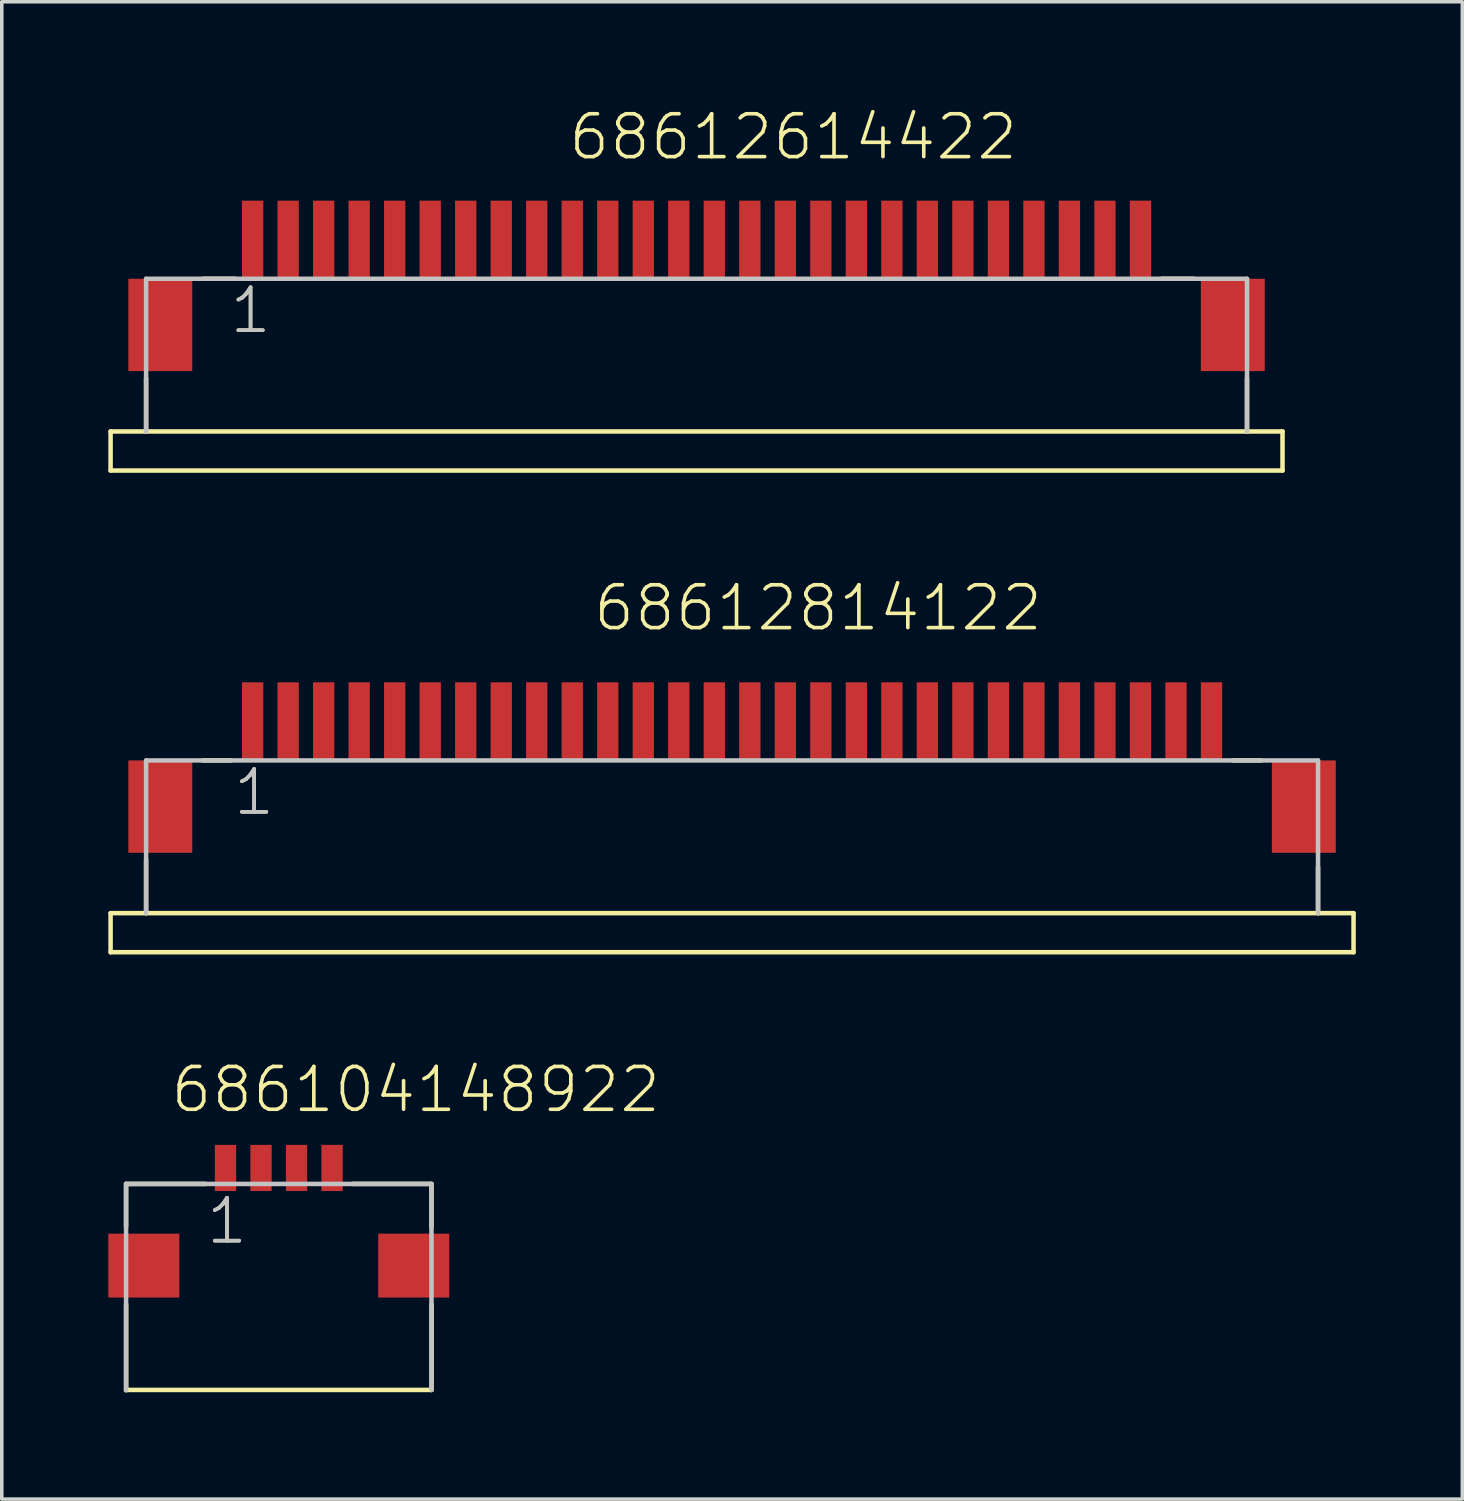
<source format=kicad_pcb>
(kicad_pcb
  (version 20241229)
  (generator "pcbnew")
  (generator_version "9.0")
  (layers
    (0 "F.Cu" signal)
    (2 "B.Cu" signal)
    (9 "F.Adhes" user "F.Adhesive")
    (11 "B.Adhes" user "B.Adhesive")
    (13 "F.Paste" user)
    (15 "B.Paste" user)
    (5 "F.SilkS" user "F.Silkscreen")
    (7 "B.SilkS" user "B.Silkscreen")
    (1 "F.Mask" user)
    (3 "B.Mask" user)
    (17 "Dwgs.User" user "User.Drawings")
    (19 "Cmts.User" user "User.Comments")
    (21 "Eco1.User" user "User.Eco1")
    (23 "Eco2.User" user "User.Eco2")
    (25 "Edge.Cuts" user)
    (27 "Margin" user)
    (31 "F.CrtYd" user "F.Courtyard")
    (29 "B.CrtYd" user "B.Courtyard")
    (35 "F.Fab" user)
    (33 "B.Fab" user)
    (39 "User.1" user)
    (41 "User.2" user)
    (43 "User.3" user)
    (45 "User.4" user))
  (footprint "68612614422"
    (layer "F.Cu")
    (at 16.564 6.1)
    (property "Reference" "68612614422" (at -3.662 -4.588 0) (layer "F.SilkS") (effects (font (size 1.206 1.206) (thickness 0.102)) (justify left bottom)))
    (attr through_hole)
    (fp_line (start -16.5 3) (end -15.5 3) (stroke (width 0.127) (type solid)) (layer "F.SilkS"))
    (fp_line (start -16.5 4.1) (end -16.5 3) (stroke (width 0.127) (type solid)) (layer "F.SilkS"))
    (fp_line (start -15.5 1.5) (end -15.5 3) (stroke (width 0.127) (type solid)) (layer "F.SilkS"))
    (fp_line (start -15.5 3) (end 15.5 3) (stroke (width 0.127) (type solid)) (layer "F.SilkS"))
    (fp_line (start -13.9 -1.3) (end -13 -1.3) (stroke (width 0.127) (type solid)) (layer "F.SilkS"))
    (fp_line (start 13.1 -1.3) (end 14 -1.3) (stroke (width 0.127) (type solid)) (layer "F.SilkS"))
    (fp_line (start 15.5 1.5) (end 15.5 3) (stroke (width 0.127) (type solid)) (layer "F.SilkS"))
    (fp_line (start 15.5 3) (end 16.5 3) (stroke (width 0.127) (type solid)) (layer "F.SilkS"))
    (fp_line (start 16.5 3) (end 16.5 4.1) (stroke (width 0.127) (type solid)) (layer "F.SilkS"))
    (fp_line (start 16.5 4.1) (end -16.5 4.1) (stroke (width 0.127) (type solid)) (layer "F.SilkS"))
    (fp_line (start -15.5 -1.3) (end 15.5 -1.3) (stroke (width 0.127) (type solid)) (layer "Dwgs.User"))
    (fp_line (start -15.5 3) (end -15.5 -1.3) (stroke (width 0.127) (type solid)) (layer "Dwgs.User"))
    (fp_line (start 15.5 -1.3) (end 15.5 3) (stroke (width 0.127) (type solid)) (layer "Dwgs.User"))
    (fp_text user "1" (at -13.2 0.3 0) (layer "F.SilkS") (effects (font (size 1.206 1.206) (thickness 0.102)) (justify left bottom)))
    (fp_text user "1" (at -13.2 0.3 0) (layer "Dwgs.User") (effects (font (size 1.206 1.206) (thickness 0.102)) (justify left bottom)))
    (pad "1" smd rect (at -12.5 -2.4) (size 0.6 2.2) (layers "F.Cu" "F.Mask" "F.Paste"))
    (pad "2" smd rect (at -11.5 -2.4) (size 0.6 2.2) (layers "F.Cu" "F.Mask" "F.Paste"))
    (pad "3" smd rect (at -10.5 -2.4) (size 0.6 2.2) (layers "F.Cu" "F.Mask" "F.Paste"))
    (pad "4" smd rect (at -9.5 -2.4) (size 0.6 2.2) (layers "F.Cu" "F.Mask" "F.Paste"))
    (pad "5" smd rect (at -8.5 -2.4) (size 0.6 2.2) (layers "F.Cu" "F.Mask" "F.Paste"))
    (pad "6" smd rect (at -7.5 -2.4) (size 0.6 2.2) (layers "F.Cu" "F.Mask" "F.Paste"))
    (pad "7" smd rect (at -6.5 -2.4) (size 0.6 2.2) (layers "F.Cu" "F.Mask" "F.Paste"))
    (pad "8" smd rect (at -5.5 -2.4) (size 0.6 2.2) (layers "F.Cu" "F.Mask" "F.Paste"))
    (pad "9" smd rect (at -4.5 -2.4) (size 0.6 2.2) (layers "F.Cu" "F.Mask" "F.Paste"))
    (pad "10" smd rect (at -3.5 -2.4) (size 0.6 2.2) (layers "F.Cu" "F.Mask" "F.Paste"))
    (pad "11" smd rect (at -2.5 -2.4) (size 0.6 2.2) (layers "F.Cu" "F.Mask" "F.Paste"))
    (pad "12" smd rect (at -1.5 -2.4) (size 0.6 2.2) (layers "F.Cu" "F.Mask" "F.Paste"))
    (pad "13" smd rect (at -0.5 -2.4) (size 0.6 2.2) (layers "F.Cu" "F.Mask" "F.Paste"))
    (pad "14" smd rect (at 0.5 -2.4) (size 0.6 2.2) (layers "F.Cu" "F.Mask" "F.Paste"))
    (pad "15" smd rect (at 1.5 -2.4) (size 0.6 2.2) (layers "F.Cu" "F.Mask" "F.Paste"))
    (pad "16" smd rect (at 2.5 -2.4) (size 0.6 2.2) (layers "F.Cu" "F.Mask" "F.Paste"))
    (pad "17" smd rect (at 3.5 -2.4) (size 0.6 2.2) (layers "F.Cu" "F.Mask" "F.Paste"))
    (pad "18" smd rect (at 4.5 -2.4) (size 0.6 2.2) (layers "F.Cu" "F.Mask" "F.Paste"))
    (pad "19" smd rect (at 5.5 -2.4) (size 0.6 2.2) (layers "F.Cu" "F.Mask" "F.Paste"))
    (pad "20" smd rect (at 6.5 -2.4) (size 0.6 2.2) (layers "F.Cu" "F.Mask" "F.Paste"))
    (pad "21" smd rect (at 7.5 -2.4) (size 0.6 2.2) (layers "F.Cu" "F.Mask" "F.Paste"))
    (pad "22" smd rect (at 8.5 -2.4) (size 0.6 2.2) (layers "F.Cu" "F.Mask" "F.Paste"))
    (pad "23" smd rect (at 9.5 -2.4) (size 0.6 2.2) (layers "F.Cu" "F.Mask" "F.Paste"))
    (pad "24" smd rect (at 10.5 -2.4) (size 0.6 2.2) (layers "F.Cu" "F.Mask" "F.Paste"))
    (pad "25" smd rect (at 11.5 -2.4) (size 0.6 2.2) (layers "F.Cu" "F.Mask" "F.Paste"))
    (pad "26" smd rect (at 12.5 -2.4) (size 0.6 2.2) (layers "F.Cu" "F.Mask" "F.Paste"))
    (pad "Z1" smd rect (at -15.1 0) (size 1.8 2.6) (layers "F.Cu" "F.Mask" "F.Paste"))
    (pad "Z2" smd rect (at 15.1 0) (size 1.8 2.6) (layers "F.Cu" "F.Mask" "F.Paste")))
  (footprint "68612814122"
    (layer "F.Cu")
    (at 17.564 19.663)
    (property "Reference" "68612814122" (at -3.962 -4.888 0) (layer "F.SilkS") (effects (font (size 1.206 1.206) (thickness 0.102)) (justify left bottom)))
    (attr through_hole)
    (fp_line (start -17.5 3) (end -16.5 3) (stroke (width 0.127) (type solid)) (layer "F.SilkS"))
    (fp_line (start -17.5 4.1) (end -17.5 3) (stroke (width 0.127) (type solid)) (layer "F.SilkS"))
    (fp_line (start -16.5 1.5) (end -16.5 3) (stroke (width 0.127) (type solid)) (layer "F.SilkS"))
    (fp_line (start -16.5 3) (end 16.5 3) (stroke (width 0.127) (type solid)) (layer "F.SilkS"))
    (fp_line (start -14.9 -1.3) (end -14.1 -1.3) (stroke (width 0.127) (type solid)) (layer "F.SilkS"))
    (fp_line (start 14.1 -1.3) (end 14.9 -1.3) (stroke (width 0.127) (type solid)) (layer "F.SilkS"))
    (fp_line (start 16.5 1.7) (end 16.5 3) (stroke (width 0.127) (type solid)) (layer "F.SilkS"))
    (fp_line (start 16.5 3) (end 17.5 3) (stroke (width 0.127) (type solid)) (layer "F.SilkS"))
    (fp_line (start 17.5 3) (end 17.5 4.1) (stroke (width 0.127) (type solid)) (layer "F.SilkS"))
    (fp_line (start 17.5 4.1) (end -17.5 4.1) (stroke (width 0.127) (type solid)) (layer "F.SilkS"))
    (fp_line (start -16.5 -1.3) (end 16.5 -1.3) (stroke (width 0.127) (type solid)) (layer "Dwgs.User"))
    (fp_line (start -16.5 3) (end -16.5 -1.3) (stroke (width 0.127) (type solid)) (layer "Dwgs.User"))
    (fp_line (start 16.5 -1.3) (end 16.5 3) (stroke (width 0.127) (type solid)) (layer "Dwgs.User"))
    (fp_text user "1" (at -14.1 0.3 0) (layer "F.SilkS") (effects (font (size 1.206 1.206) (thickness 0.102)) (justify left bottom)))
    (fp_text user "1" (at -14.1 0.3 0) (layer "Dwgs.User") (effects (font (size 1.206 1.206) (thickness 0.102)) (justify left bottom)))
    (pad "1" smd rect (at -13.5 -2.4) (size 0.6 2.2) (layers "F.Cu" "F.Mask" "F.Paste"))
    (pad "2" smd rect (at -12.5 -2.4) (size 0.6 2.2) (layers "F.Cu" "F.Mask" "F.Paste"))
    (pad "3" smd rect (at -11.5 -2.4) (size 0.6 2.2) (layers "F.Cu" "F.Mask" "F.Paste"))
    (pad "4" smd rect (at -10.5 -2.4) (size 0.6 2.2) (layers "F.Cu" "F.Mask" "F.Paste"))
    (pad "5" smd rect (at -9.5 -2.4) (size 0.6 2.2) (layers "F.Cu" "F.Mask" "F.Paste"))
    (pad "6" smd rect (at -8.5 -2.4) (size 0.6 2.2) (layers "F.Cu" "F.Mask" "F.Paste"))
    (pad "7" smd rect (at -7.5 -2.4) (size 0.6 2.2) (layers "F.Cu" "F.Mask" "F.Paste"))
    (pad "8" smd rect (at -6.5 -2.4) (size 0.6 2.2) (layers "F.Cu" "F.Mask" "F.Paste"))
    (pad "9" smd rect (at -5.5 -2.4) (size 0.6 2.2) (layers "F.Cu" "F.Mask" "F.Paste"))
    (pad "10" smd rect (at -4.5 -2.4) (size 0.6 2.2) (layers "F.Cu" "F.Mask" "F.Paste"))
    (pad "11" smd rect (at -3.5 -2.4) (size 0.6 2.2) (layers "F.Cu" "F.Mask" "F.Paste"))
    (pad "12" smd rect (at -2.5 -2.4) (size 0.6 2.2) (layers "F.Cu" "F.Mask" "F.Paste"))
    (pad "13" smd rect (at -1.5 -2.4) (size 0.6 2.2) (layers "F.Cu" "F.Mask" "F.Paste"))
    (pad "14" smd rect (at -0.5 -2.4) (size 0.6 2.2) (layers "F.Cu" "F.Mask" "F.Paste"))
    (pad "15" smd rect (at 0.5 -2.4) (size 0.6 2.2) (layers "F.Cu" "F.Mask" "F.Paste"))
    (pad "16" smd rect (at 1.5 -2.4) (size 0.6 2.2) (layers "F.Cu" "F.Mask" "F.Paste"))
    (pad "17" smd rect (at 2.5 -2.4) (size 0.6 2.2) (layers "F.Cu" "F.Mask" "F.Paste"))
    (pad "18" smd rect (at 3.5 -2.4) (size 0.6 2.2) (layers "F.Cu" "F.Mask" "F.Paste"))
    (pad "19" smd rect (at 4.5 -2.4) (size 0.6 2.2) (layers "F.Cu" "F.Mask" "F.Paste"))
    (pad "20" smd rect (at 5.5 -2.4) (size 0.6 2.2) (layers "F.Cu" "F.Mask" "F.Paste"))
    (pad "21" smd rect (at 6.5 -2.4) (size 0.6 2.2) (layers "F.Cu" "F.Mask" "F.Paste"))
    (pad "22" smd rect (at 7.5 -2.4) (size 0.6 2.2) (layers "F.Cu" "F.Mask" "F.Paste"))
    (pad "23" smd rect (at 8.5 -2.4) (size 0.6 2.2) (layers "F.Cu" "F.Mask" "F.Paste"))
    (pad "24" smd rect (at 9.5 -2.4) (size 0.6 2.2) (layers "F.Cu" "F.Mask" "F.Paste"))
    (pad "25" smd rect (at 10.5 -2.4) (size 0.6 2.2) (layers "F.Cu" "F.Mask" "F.Paste"))
    (pad "26" smd rect (at 11.5 -2.4) (size 0.6 2.2) (layers "F.Cu" "F.Mask" "F.Paste"))
    (pad "27" smd rect (at 12.5 -2.4) (size 0.6 2.2) (layers "F.Cu" "F.Mask" "F.Paste"))
    (pad "28" smd rect (at 13.5 -2.4) (size 0.6 2.2) (layers "F.Cu" "F.Mask" "F.Paste"))
    (pad "Z1" smd rect (at -16.1 0) (size 1.8 2.6) (layers "F.Cu" "F.Mask" "F.Paste"))
    (pad "Z2" smd rect (at 16.1 0) (size 1.8 2.6) (layers "F.Cu" "F.Mask" "F.Paste")))
  (footprint "686104148922"
    (layer "F.Cu")
    (at 4.8 32.588)
    (property "Reference" "686104148922" (at -3.1 -4.25 0) (layer "F.SilkS") (effects (font (size 1.206 1.206) (thickness 0.102)) (justify left bottom)))
    (attr through_hole)
    (fp_line (start -4.3 -2.3) (end -4.3 -1.1) (stroke (width 0.127) (type solid)) (layer "F.SilkS"))
    (fp_line (start -4.299 1.089) (end -4.299 3.511) (stroke (width 0.127) (type solid)) (layer "F.SilkS"))
    (fp_line (start -2.06 -2.3) (end -4.3 -2.3) (stroke (width 0.127) (type solid)) (layer "F.SilkS"))
    (fp_line (start 2.08 -2.3) (end 4.3 -2.3) (stroke (width 0.127) (type solid)) (layer "F.SilkS"))
    (fp_line (start 4.3 -2.3) (end 4.3 -1.08) (stroke (width 0.127) (type solid)) (layer "F.SilkS"))
    (fp_line (start 4.3 3.5) (end -4.3 3.5) (stroke (width 0.127) (type solid)) (layer "F.SilkS"))
    (fp_line (start 4.303 1.089) (end 4.303 3.503) (stroke (width 0.127) (type solid)) (layer "F.SilkS"))
    (fp_line (start -4.3 -2.3) (end 4.3 -2.3) (stroke (width 0.127) (type solid)) (layer "Dwgs.User"))
    (fp_line (start -4.3 3.5) (end -4.3 -2.3) (stroke (width 0.127) (type solid)) (layer "Dwgs.User"))
    (fp_line (start 4.3 -2.3) (end 4.3 3.5) (stroke (width 0.127) (type solid)) (layer "Dwgs.User"))
    (fp_text user "1" (at -2.1 -0.55 0) (layer "F.SilkS") (effects (font (size 1.206 1.206) (thickness 0.102)) (justify left bottom)))
    (fp_text user "1" (at -2.1 -0.55 0) (layer "Dwgs.User") (effects (font (size 1.206 1.206) (thickness 0.102)) (justify left bottom)))
    (pad "1" smd rect (at -1.5 -2.75) (size 0.6 1.3) (layers "F.Cu" "F.Mask" "F.Paste"))
    (pad "2" smd rect (at -0.5 -2.75) (size 0.6 1.3) (layers "F.Cu" "F.Mask" "F.Paste"))
    (pad "3" smd rect (at 0.5 -2.75) (size 0.6 1.3) (layers "F.Cu" "F.Mask" "F.Paste"))
    (pad "4" smd rect (at 1.5 -2.75) (size 0.6 1.3) (layers "F.Cu" "F.Mask" "F.Paste"))
    (pad "Z1" smd rect (at -3.8 0) (size 2 1.8) (layers "F.Cu" "F.Mask" "F.Paste"))
    (pad "Z2" smd rect (at 3.8 0) (size 2 1.8) (layers "F.Cu" "F.Mask" "F.Paste")))
  (gr_rect
    (start -3 -3)
    (end 38.127 39.162)
    (stroke (width 0.1) (type default))
    (fill no)
    (layer "Edge.Cuts")))
</source>
